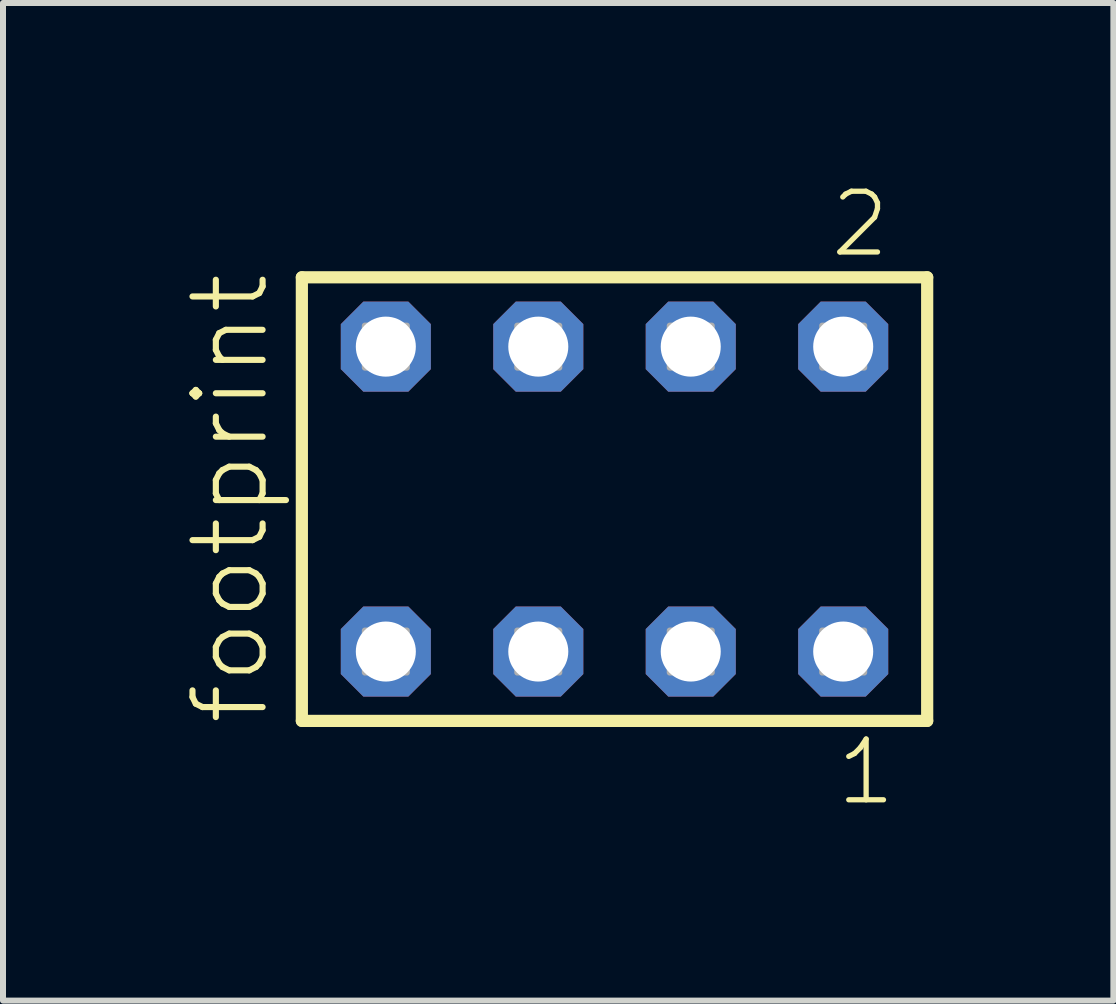
<source format=kicad_pcb>
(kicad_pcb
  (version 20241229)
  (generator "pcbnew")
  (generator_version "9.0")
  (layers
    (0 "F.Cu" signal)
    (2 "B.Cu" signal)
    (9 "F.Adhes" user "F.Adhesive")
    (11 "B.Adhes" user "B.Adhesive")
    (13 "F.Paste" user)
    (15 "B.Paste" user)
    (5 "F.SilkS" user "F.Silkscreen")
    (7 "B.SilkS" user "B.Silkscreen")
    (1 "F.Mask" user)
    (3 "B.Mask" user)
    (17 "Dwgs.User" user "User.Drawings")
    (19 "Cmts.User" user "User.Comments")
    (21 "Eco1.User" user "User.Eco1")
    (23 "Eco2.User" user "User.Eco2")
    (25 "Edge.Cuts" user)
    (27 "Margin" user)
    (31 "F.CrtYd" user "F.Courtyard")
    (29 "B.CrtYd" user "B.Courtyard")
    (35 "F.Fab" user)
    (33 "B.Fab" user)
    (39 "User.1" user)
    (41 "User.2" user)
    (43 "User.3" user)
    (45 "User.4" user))
  (footprint "footprint"
    (layer "F.Cu")
    (at 7.188 5.265)
    (property "Reference" "footprint" (at -5.715 3.81 90) (layer "F.SilkS") (effects (font (size 1.168 1.168) (thickness 0.102)) (justify left bottom)))
    (fp_line (start -5.209 -3.695) (end 5.209 -3.695) (stroke (width 0.203) (type solid)) (layer "F.SilkS"))
    (fp_line (start -5.209 3.695) (end -5.209 -3.695) (stroke (width 0.203) (type solid)) (layer "F.SilkS"))
    (fp_line (start 5.209 -3.695) (end 5.209 3.695) (stroke (width 0.203) (type solid)) (layer "F.SilkS"))
    (fp_line (start 5.209 3.695) (end -5.209 3.695) (stroke (width 0.203) (type solid)) (layer "F.SilkS"))
    (fp_poly (pts (xy -4.16 -2.19) (xy -3.46 -2.19) (xy -3.46 -2.89) (xy -4.16 -2.89)) (stroke (width 0.1) (type solid)) (fill no) (layer "F.Fab"))
    (fp_poly (pts (xy -4.16 2.89) (xy -3.46 2.89) (xy -3.46 2.19) (xy -4.16 2.19)) (stroke (width 0.1) (type solid)) (fill no) (layer "F.Fab"))
    (fp_poly (pts (xy -1.62 -2.19) (xy -0.92 -2.19) (xy -0.92 -2.89) (xy -1.62 -2.89)) (stroke (width 0.1) (type solid)) (fill no) (layer "F.Fab"))
    (fp_poly (pts (xy -1.62 2.89) (xy -0.92 2.89) (xy -0.92 2.19) (xy -1.62 2.19)) (stroke (width 0.1) (type solid)) (fill no) (layer "F.Fab"))
    (fp_poly (pts (xy 0.92 -2.19) (xy 1.62 -2.19) (xy 1.62 -2.89) (xy 0.92 -2.89)) (stroke (width 0.1) (type solid)) (fill no) (layer "F.Fab"))
    (fp_poly (pts (xy 0.92 2.89) (xy 1.62 2.89) (xy 1.62 2.19) (xy 0.92 2.19)) (stroke (width 0.1) (type solid)) (fill no) (layer "F.Fab"))
    (fp_poly (pts (xy 3.46 -2.19) (xy 4.16 -2.19) (xy 4.16 -2.89) (xy 3.46 -2.89)) (stroke (width 0.1) (type solid)) (fill no) (layer "F.Fab"))
    (fp_poly (pts (xy 3.46 2.89) (xy 4.16 2.89) (xy 4.16 2.19) (xy 3.46 2.19)) (stroke (width 0.1) (type solid)) (fill no) (layer "F.Fab"))
    (fp_text user "1" (at 3.652 5.138 0) (layer "F.SilkS") (effects (font (size 1.012 1.012) (thickness 0.088)) (justify left bottom)))
    (fp_text user "2" (at 3.552 -3.989 0) (layer "F.SilkS") (effects (font (size 1.012 1.012) (thickness 0.088)) (justify left bottom)))
    (pad "1" thru_hole roundrect (at 3.81 2.54 180) (size 1.5 1.5) (drill 1) (layers "*.Cu" "*.Mask") (roundrect_rratio 0.25) (chamfer_ratio 0.25) (chamfer top_left top_right bottom_left bottom_right))
    (pad "2" thru_hole roundrect (at 3.81 -2.54 180) (size 1.5 1.5) (drill 1) (layers "*.Cu" "*.Mask") (roundrect_rratio 0.25) (chamfer_ratio 0.25) (chamfer top_left top_right bottom_left bottom_right))
    (pad "3" thru_hole roundrect (at 1.27 2.54 180) (size 1.5 1.5) (drill 1) (layers "*.Cu" "*.Mask") (roundrect_rratio 0.25) (chamfer_ratio 0.25) (chamfer top_left top_right bottom_left bottom_right))
    (pad "4" thru_hole roundrect (at 1.27 -2.54 180) (size 1.5 1.5) (drill 1) (layers "*.Cu" "*.Mask") (roundrect_rratio 0.25) (chamfer_ratio 0.25) (chamfer top_left top_right bottom_left bottom_right))
    (pad "5" thru_hole roundrect (at -1.27 2.54 180) (size 1.5 1.5) (drill 1) (layers "*.Cu" "*.Mask") (roundrect_rratio 0.25) (chamfer_ratio 0.25) (chamfer top_left top_right bottom_left bottom_right))
    (pad "6" thru_hole roundrect (at -1.27 -2.54 180) (size 1.5 1.5) (drill 1) (layers "*.Cu" "*.Mask") (roundrect_rratio 0.25) (chamfer_ratio 0.25) (chamfer top_left top_right bottom_left bottom_right))
    (pad "7" thru_hole roundrect (at -3.81 2.54 180) (size 1.5 1.5) (drill 1) (layers "*.Cu" "*.Mask") (roundrect_rratio 0.25) (chamfer_ratio 0.25) (chamfer top_left top_right bottom_left bottom_right))
    (pad "8" thru_hole roundrect (at -3.81 -2.54 180) (size 1.5 1.5) (drill 1) (layers "*.Cu" "*.Mask") (roundrect_rratio 0.25) (chamfer_ratio 0.25) (chamfer top_left top_right bottom_left bottom_right)))
  (gr_rect
    (start -3 -3)
    (end 15.499 13.62)
    (stroke (width 0.1) (type default))
    (fill no)
    (layer "Edge.Cuts")))
</source>
